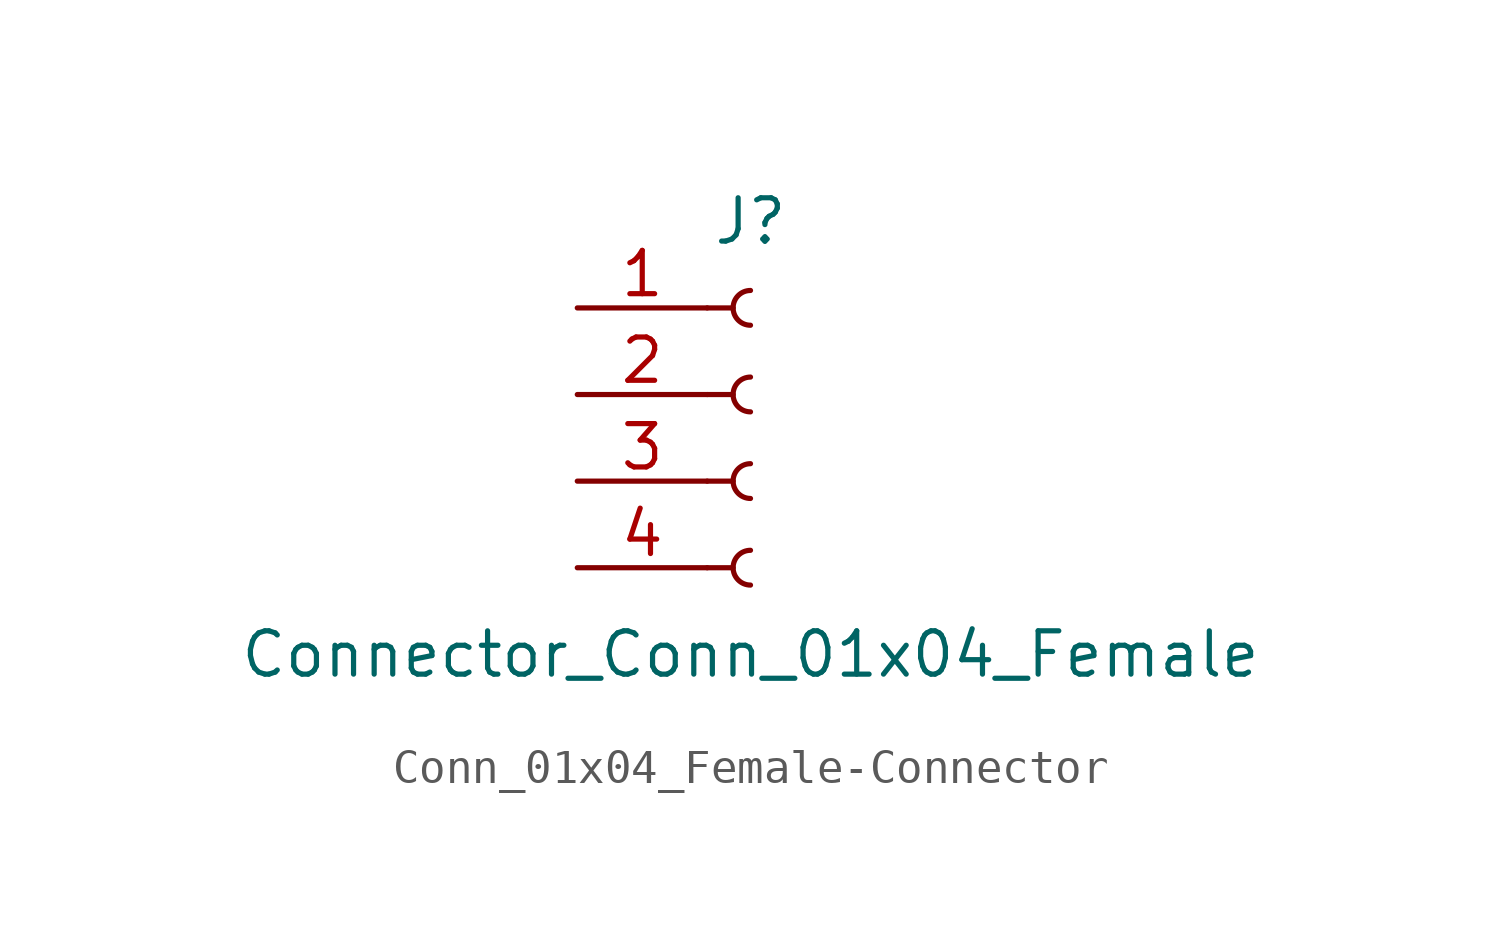
<source format=kicad_sym>
(kicad_symbol_lib
  (version 20241209)
  (generator "kicad_symbol_editor")
  (generator_version "9.0")
  (symbol "Conn_01x04_Female-Connector"
    (pin_names
      (offset 1.016)
      (hide yes))
    (property "Reference" "J"
      (at 0 5.08 0)
      (effects (font (size 1.27 1.27))))
    (property "Value" "Connector_Conn_01x04_Female"
      (at 0 -7.62 0)
      (effects (font (size 1.27 1.27))))
    (symbol "Conn_01x04_Female-Connector_1_1"
      (polyline (pts (xy -1.27 2.54) (xy -0.508 2.54)) (stroke (width 0.152) (type solid)) (fill (type none)))
      (polyline (pts (xy -1.27 0) (xy -0.508 0)) (stroke (width 0.152) (type solid)) (fill (type none)))
      (polyline (pts (xy -1.27 -2.54) (xy -0.508 -2.54)) (stroke (width 0.152) (type solid)) (fill (type none)))
      (polyline (pts (xy -1.27 -5.08) (xy -0.508 -5.08)) (stroke (width 0.152) (type solid)) (fill (type none)))
      (arc (start 0 2.032) (mid -0.508 2.54) (end 0 3.048) (stroke (width 0.1524) (type solid)) (fill (type none)))
      (arc (start 0 -0.508) (mid -0.508 0) (end 0 0.508) (stroke (width 0.1524) (type solid)) (fill (type none)))
      (arc (start 0 -3.048) (mid -0.508 -2.54) (end 0 -2.032) (stroke (width 0.1524) (type solid)) (fill (type none)))
      (arc (start 0 -5.588) (mid -0.508 -5.08) (end 0 -4.572) (stroke (width 0.1524) (type solid)) (fill (type none)))
      (pin passive line (at -5.08 2.54 0) (length 3.81) (name "Pin_1" (effects (font (size 1.27 1.27)))) (number "1" (effects (font (size 1.27 1.27)))))
      (pin passive line (at -5.08 0 0) (length 3.81) (name "Pin_2" (effects (font (size 1.27 1.27)))) (number "2" (effects (font (size 1.27 1.27)))))
      (pin passive line (at -5.08 -2.54 0) (length 3.81) (name "Pin_3" (effects (font (size 1.27 1.27)))) (number "3" (effects (font (size 1.27 1.27)))))
      (pin passive line (at -5.08 -5.08 0) (length 3.81) (name "Pin_4" (effects (font (size 1.27 1.27)))) (number "4" (effects (font (size 1.27 1.27))))))))
</source>
